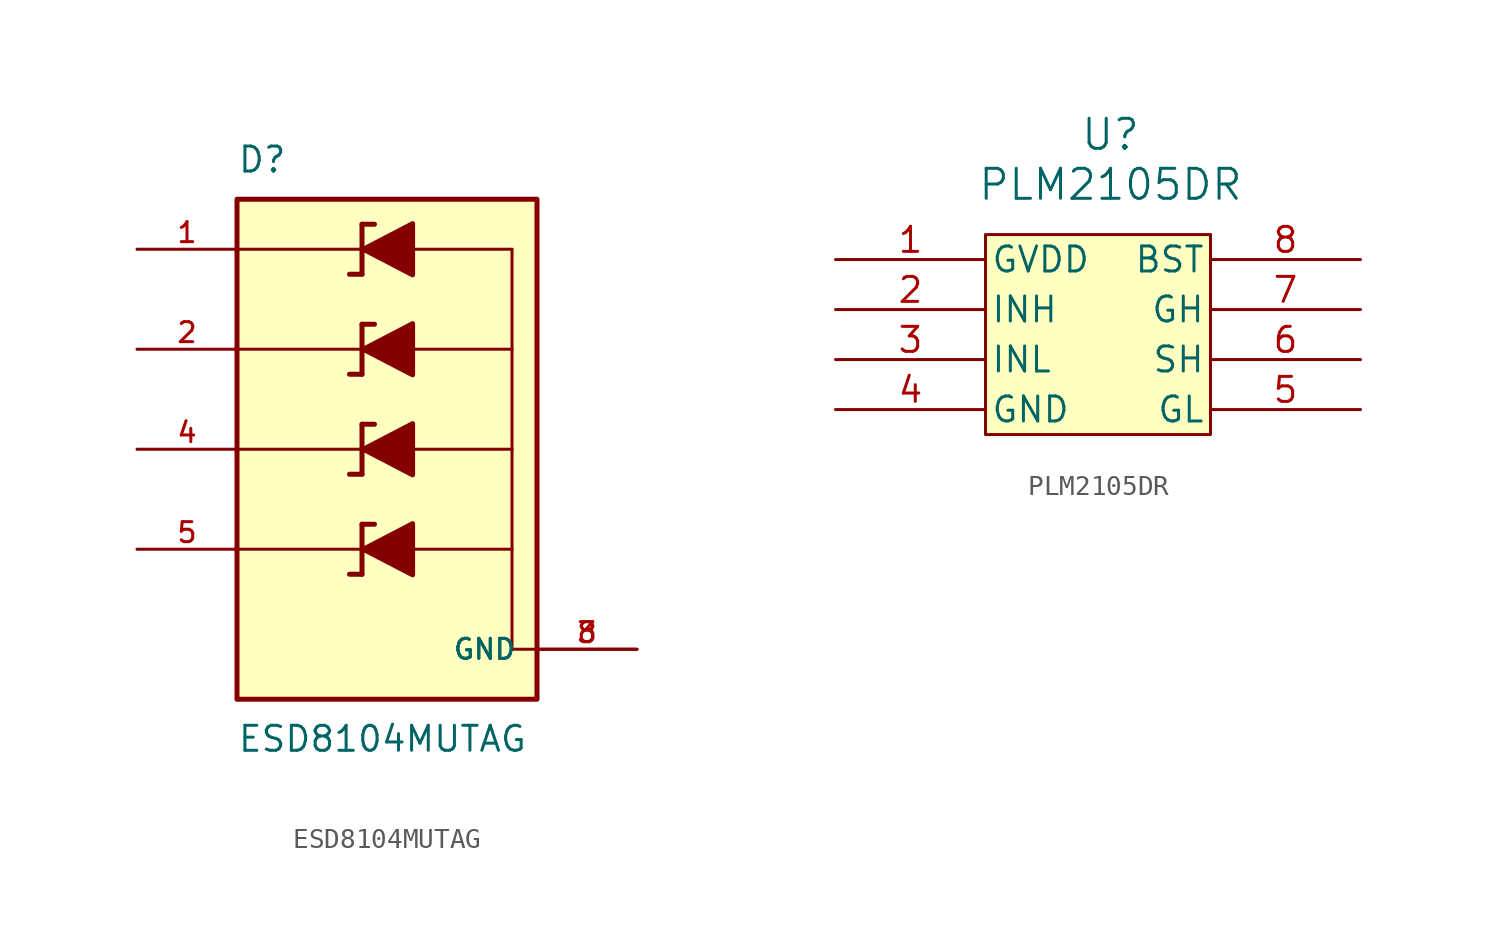
<source format=kicad_sym>
(kicad_symbol_lib
  (version 20220914)
  (generator kicad_symbol_editor)
  (symbol "ESD8104MUTAG"
    (pin_names
      (offset 1.016))
    (property "Reference" "D"
      (at -7.62 13.97 0)
      (effects (font (size 1.27 1.27)) (justify left bottom)))
    (property "Value" "ESD8104MUTAG"
      (at -7.62 -13.97 0)
      (effects (font (size 1.27 1.27)) (justify left top)))
    (symbol "ESD8104MUTAG_0_0"
      (rectangle (start -7.62 -12.7) (end 7.62 12.7) (stroke (width 0.254) (type default)) (fill (type background)))
      (polyline (pts (xy -7.62 -5.08) (xy -1.27 -5.08)) (stroke (width 0.152) (type default)) (fill (type none)))
      (polyline (pts (xy -7.62 0) (xy -1.27 0)) (stroke (width 0.152) (type default)) (fill (type none)))
      (polyline (pts (xy -7.62 5.08) (xy -1.27 5.08)) (stroke (width 0.152) (type default)) (fill (type none)))
      (polyline (pts (xy -7.62 10.16) (xy -1.27 10.16)) (stroke (width 0.152) (type default)) (fill (type none)))
      (polyline (pts (xy -1.905 -6.35) (xy -1.27 -6.35)) (stroke (width 0.254) (type default)) (fill (type none)))
      (polyline (pts (xy -1.905 -1.27) (xy -1.27 -1.27)) (stroke (width 0.254) (type default)) (fill (type none)))
      (polyline (pts (xy -1.905 3.81) (xy -1.27 3.81)) (stroke (width 0.254) (type default)) (fill (type none)))
      (polyline (pts (xy -1.905 8.89) (xy -1.27 8.89)) (stroke (width 0.254) (type default)) (fill (type none)))
      (polyline (pts (xy -1.27 -6.35) (xy -1.27 -5.08)) (stroke (width 0.254) (type default)) (fill (type none)))
      (polyline (pts (xy -1.27 -5.08) (xy -1.27 -3.81)) (stroke (width 0.254) (type default)) (fill (type none)))
      (polyline (pts (xy -1.27 -1.27) (xy -1.27 0)) (stroke (width 0.254) (type default)) (fill (type none)))
      (polyline (pts (xy -1.27 0) (xy -1.27 1.27)) (stroke (width 0.254) (type default)) (fill (type none)))
      (polyline (pts (xy -1.27 3.81) (xy -1.27 5.08)) (stroke (width 0.254) (type default)) (fill (type none)))
      (polyline (pts (xy -1.27 5.08) (xy -1.27 6.35)) (stroke (width 0.254) (type default)) (fill (type none)))
      (polyline (pts (xy -1.27 8.89) (xy -1.27 10.16)) (stroke (width 0.254) (type default)) (fill (type none)))
      (polyline (pts (xy -1.27 10.16) (xy -1.27 11.43)) (stroke (width 0.254) (type default)) (fill (type none)))
      (polyline (pts (xy -0.635 -3.81) (xy -1.27 -3.81)) (stroke (width 0.254) (type default)) (fill (type none)))
      (polyline (pts (xy -0.635 1.27) (xy -1.27 1.27)) (stroke (width 0.254) (type default)) (fill (type none)))
      (polyline (pts (xy -0.635 6.35) (xy -1.27 6.35)) (stroke (width 0.254) (type default)) (fill (type none)))
      (polyline (pts (xy -0.635 11.43) (xy -1.27 11.43)) (stroke (width 0.254) (type default)) (fill (type none)))
      (polyline (pts (xy 6.35 -10.16) (xy 6.35 -5.08)) (stroke (width 0.152) (type default)) (fill (type none)))
      (polyline (pts (xy 6.35 -5.08) (xy 0 -5.08)) (stroke (width 0.152) (type default)) (fill (type none)))
      (polyline (pts (xy 6.35 -5.08) (xy 6.35 0)) (stroke (width 0.152) (type default)) (fill (type none)))
      (polyline (pts (xy 6.35 0) (xy 0 0)) (stroke (width 0.152) (type default)) (fill (type none)))
      (polyline (pts (xy 6.35 0) (xy 6.35 5.08)) (stroke (width 0.152) (type default)) (fill (type none)))
      (polyline (pts (xy 6.35 5.08) (xy 0 5.08)) (stroke (width 0.152) (type default)) (fill (type none)))
      (polyline (pts (xy 6.35 5.08) (xy 6.35 10.16)) (stroke (width 0.152) (type default)) (fill (type none)))
      (polyline (pts (xy 6.35 10.16) (xy 0 10.16)) (stroke (width 0.152) (type default)) (fill (type none)))
      (polyline (pts (xy 7.62 -10.16) (xy 6.35 -10.16)) (stroke (width 0.152) (type default)) (fill (type none)))
      (polyline (pts (xy 1.3 -3.78) (xy 1.3 -6.38) (xy -1.2 -5.08) (xy 1.3 -3.78)) (stroke (width 0.254) (type default)) (fill (type outline)))
      (polyline (pts (xy 1.3 1.3) (xy 1.3 -1.3) (xy -1.2 0) (xy 1.3 1.3)) (stroke (width 0.254) (type default)) (fill (type outline)))
      (polyline (pts (xy 1.3 6.38) (xy 1.3 3.78) (xy -1.2 5.08) (xy 1.3 6.38)) (stroke (width 0.254) (type default)) (fill (type outline)))
      (polyline (pts (xy 1.3 11.46) (xy 1.3 8.86) (xy -1.2 10.16) (xy 1.3 11.46)) (stroke (width 0.254) (type default)) (fill (type outline)))
      (pin bidirectional line (at -12.7 5.08 0) (length 5.08) (name "~" (effects (font (size 1.016 1.016)))) (number "2" (effects (font (size 1.016 1.016)))))
      (pin power_in line (at 12.7 -10.16 180) (length 5.08) (name "GND" (effects (font (size 1.016 1.016)))) (number "3" (effects (font (size 1.016 1.016)))))
      (pin bidirectional line (at -12.7 0 0) (length 5.08) (name "~" (effects (font (size 1.016 1.016)))) (number "4" (effects (font (size 1.016 1.016)))))
      (pin bidirectional line (at -12.7 -5.08 0) (length 5.08) (name "~" (effects (font (size 1.016 1.016)))) (number "5" (effects (font (size 1.016 1.016)))))
      (pin power_in line (at 12.7 -10.16 180) (length 5.08) (name "GND" (effects (font (size 1.016 1.016)))) (number "8" (effects (font (size 1.016 1.016))))))
    (symbol "ESD8104MUTAG_1_0"
      (pin bidirectional line (at -12.7 10.16 0) (length 5.08) (name "~" (effects (font (size 1.016 1.016)))) (number "1" (effects (font (size 1.016 1.016)))))))
  (symbol "PLM2105DR"
    (pin_names
      (offset 0.254))
    (property "Reference" "U"
      (at 1.27 10.16 0)
      (effects (font (size 1.524 1.524))))
    (property "Value" "PLM2105DR"
      (at 1.27 7.62 0)
      (effects (font (size 1.524 1.524))))
    (property "ki_locked" ""
      (at 0 0 0)
      (effects (font (size 1.27 1.27))))
    (symbol "PLM2105DR_0_1"
      (pin power_in line (at -12.7 3.81 0) (length 7.62) (name "GVDD" (effects (font (size 1.27 1.27)))) (number "1" (effects (font (size 1.27 1.27)))))
      (pin input line (at -12.7 1.27 0) (length 7.62) (name "INH" (effects (font (size 1.27 1.27)))) (number "2" (effects (font (size 1.27 1.27)))))
      (pin input line (at -12.7 -1.27 0) (length 7.62) (name "INL" (effects (font (size 1.27 1.27)))) (number "3" (effects (font (size 1.27 1.27)))))
      (pin power_out line (at -12.7 -3.81 0) (length 7.62) (name "GND" (effects (font (size 1.27 1.27)))) (number "4" (effects (font (size 1.27 1.27)))))
      (pin output line (at 13.97 -3.81 180) (length 7.62) (name "GL" (effects (font (size 1.27 1.27)))) (number "5" (effects (font (size 1.27 1.27)))))
      (pin power_in line (at 13.97 -1.27 180) (length 7.62) (name "SH" (effects (font (size 1.27 1.27)))) (number "6" (effects (font (size 1.27 1.27)))))
      (pin output line (at 13.97 1.27 180) (length 7.62) (name "GH" (effects (font (size 1.27 1.27)))) (number "7" (effects (font (size 1.27 1.27)))))
      (pin power_in line (at 13.97 3.81 180) (length 7.62) (name "BST" (effects (font (size 1.27 1.27)))) (number "8" (effects (font (size 1.27 1.27))))))
    (symbol "PLM2105DR_1_1"
      (rectangle (start -5.08 5.08) (end 6.35 -5.08) (stroke (width 0) (type default)) (fill (type background))))))
</source>
